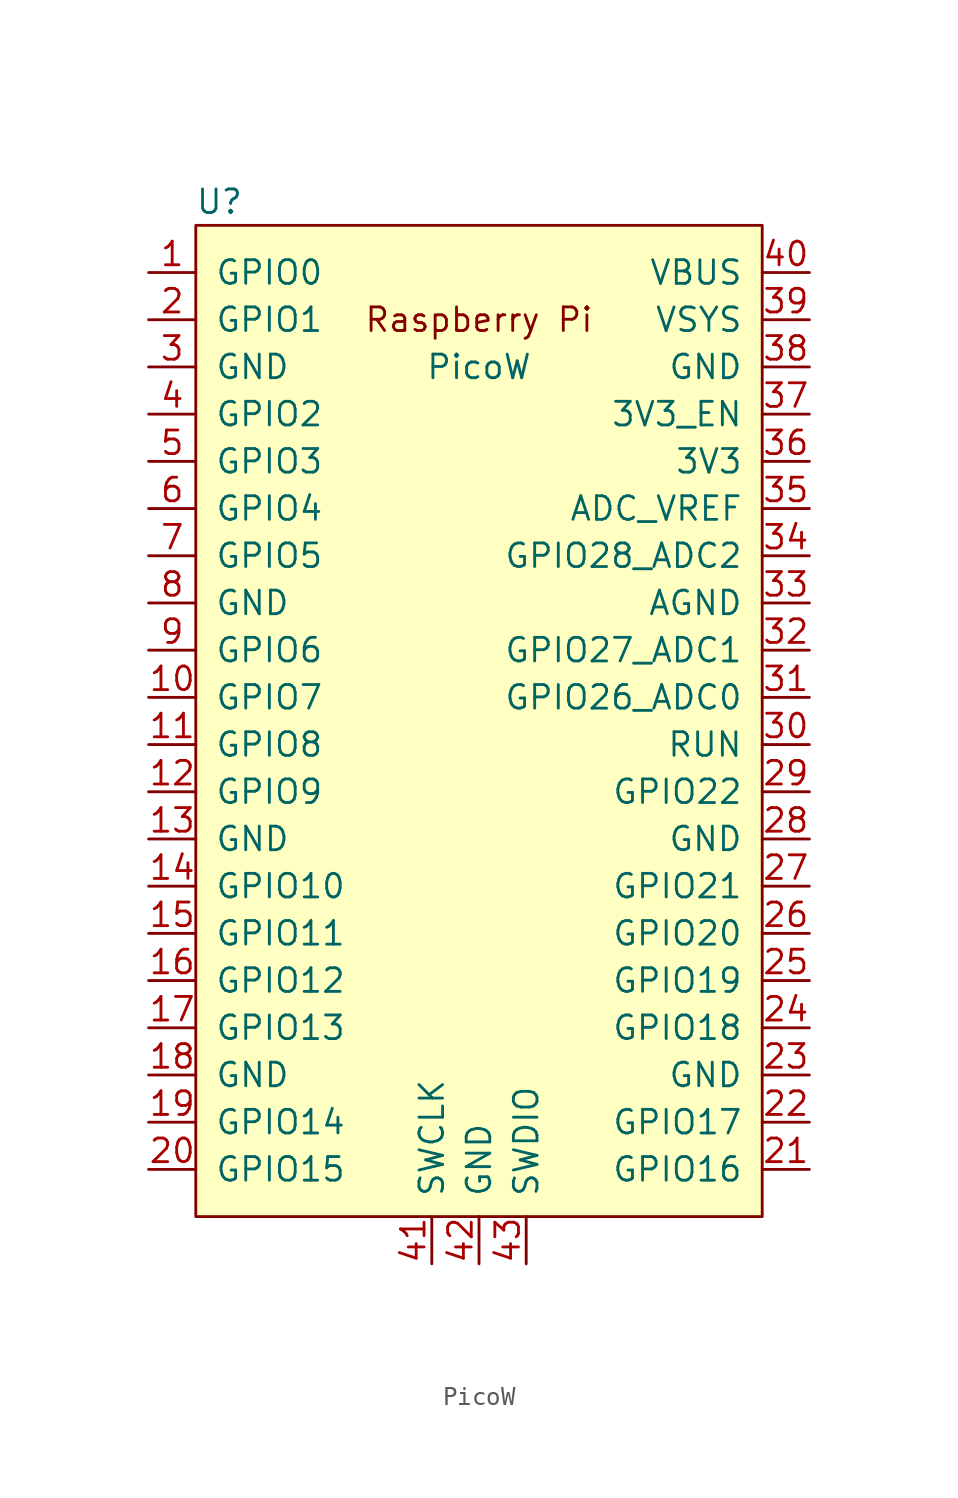
<source format=kicad_sym>
(kicad_symbol_lib
  (version 20211014)
  (generator kicad_symbol_editor)
  (symbol "PicoW"
    (pin_names
      (offset 1.016))
    (property "Reference" "U"
      (at -13.97 27.94 0)
      (effects (font (size 1.27 1.27))))
    (property "Value" "PicoW"
      (at 0 19.05 0)
      (effects (font (size 1.27 1.27))))
    (symbol "PicoW_0_0"
      (text "Raspberry Pi" (at 0 21.59 0) (effects (font (size 1.27 1.27)))))
    (symbol "PicoW_0_1"
      (rectangle (start -15.24 26.67) (end 15.24 -26.67) (stroke (width 0) (type default) (color 0 0 0 0)) (fill (type background))))
    (symbol "PicoW_1_1"
      (pin bidirectional line (at -17.78 24.13 0) (length 2.54) (name "GPIO0" (effects (font (size 1.27 1.27)))) (number "1" (effects (font (size 1.27 1.27)))))
      (pin bidirectional line (at -17.78 1.27 0) (length 2.54) (name "GPIO7" (effects (font (size 1.27 1.27)))) (number "10" (effects (font (size 1.27 1.27)))))
      (pin bidirectional line (at -17.78 -1.27 0) (length 2.54) (name "GPIO8" (effects (font (size 1.27 1.27)))) (number "11" (effects (font (size 1.27 1.27)))))
      (pin bidirectional line (at -17.78 -3.81 0) (length 2.54) (name "GPIO9" (effects (font (size 1.27 1.27)))) (number "12" (effects (font (size 1.27 1.27)))))
      (pin power_in line (at -17.78 -6.35 0) (length 2.54) (name "GND" (effects (font (size 1.27 1.27)))) (number "13" (effects (font (size 1.27 1.27)))))
      (pin bidirectional line (at -17.78 -8.89 0) (length 2.54) (name "GPIO10" (effects (font (size 1.27 1.27)))) (number "14" (effects (font (size 1.27 1.27)))))
      (pin bidirectional line (at -17.78 -11.43 0) (length 2.54) (name "GPIO11" (effects (font (size 1.27 1.27)))) (number "15" (effects (font (size 1.27 1.27)))))
      (pin bidirectional line (at -17.78 -13.97 0) (length 2.54) (name "GPIO12" (effects (font (size 1.27 1.27)))) (number "16" (effects (font (size 1.27 1.27)))))
      (pin bidirectional line (at -17.78 -16.51 0) (length 2.54) (name "GPIO13" (effects (font (size 1.27 1.27)))) (number "17" (effects (font (size 1.27 1.27)))))
      (pin power_in line (at -17.78 -19.05 0) (length 2.54) (name "GND" (effects (font (size 1.27 1.27)))) (number "18" (effects (font (size 1.27 1.27)))))
      (pin bidirectional line (at -17.78 -21.59 0) (length 2.54) (name "GPIO14" (effects (font (size 1.27 1.27)))) (number "19" (effects (font (size 1.27 1.27)))))
      (pin bidirectional line (at -17.78 21.59 0) (length 2.54) (name "GPIO1" (effects (font (size 1.27 1.27)))) (number "2" (effects (font (size 1.27 1.27)))))
      (pin bidirectional line (at -17.78 -24.13 0) (length 2.54) (name "GPIO15" (effects (font (size 1.27 1.27)))) (number "20" (effects (font (size 1.27 1.27)))))
      (pin bidirectional line (at 17.78 -24.13 180) (length 2.54) (name "GPIO16" (effects (font (size 1.27 1.27)))) (number "21" (effects (font (size 1.27 1.27)))))
      (pin bidirectional line (at 17.78 -21.59 180) (length 2.54) (name "GPIO17" (effects (font (size 1.27 1.27)))) (number "22" (effects (font (size 1.27 1.27)))))
      (pin power_in line (at 17.78 -19.05 180) (length 2.54) (name "GND" (effects (font (size 1.27 1.27)))) (number "23" (effects (font (size 1.27 1.27)))))
      (pin bidirectional line (at 17.78 -16.51 180) (length 2.54) (name "GPIO18" (effects (font (size 1.27 1.27)))) (number "24" (effects (font (size 1.27 1.27)))))
      (pin bidirectional line (at 17.78 -13.97 180) (length 2.54) (name "GPIO19" (effects (font (size 1.27 1.27)))) (number "25" (effects (font (size 1.27 1.27)))))
      (pin bidirectional line (at 17.78 -11.43 180) (length 2.54) (name "GPIO20" (effects (font (size 1.27 1.27)))) (number "26" (effects (font (size 1.27 1.27)))))
      (pin bidirectional line (at 17.78 -8.89 180) (length 2.54) (name "GPIO21" (effects (font (size 1.27 1.27)))) (number "27" (effects (font (size 1.27 1.27)))))
      (pin power_in line (at 17.78 -6.35 180) (length 2.54) (name "GND" (effects (font (size 1.27 1.27)))) (number "28" (effects (font (size 1.27 1.27)))))
      (pin bidirectional line (at 17.78 -3.81 180) (length 2.54) (name "GPIO22" (effects (font (size 1.27 1.27)))) (number "29" (effects (font (size 1.27 1.27)))))
      (pin power_in line (at -17.78 19.05 0) (length 2.54) (name "GND" (effects (font (size 1.27 1.27)))) (number "3" (effects (font (size 1.27 1.27)))))
      (pin input line (at 17.78 -1.27 180) (length 2.54) (name "RUN" (effects (font (size 1.27 1.27)))) (number "30" (effects (font (size 1.27 1.27)))))
      (pin bidirectional line (at 17.78 1.27 180) (length 2.54) (name "GPIO26_ADC0" (effects (font (size 1.27 1.27)))) (number "31" (effects (font (size 1.27 1.27)))))
      (pin bidirectional line (at 17.78 3.81 180) (length 2.54) (name "GPIO27_ADC1" (effects (font (size 1.27 1.27)))) (number "32" (effects (font (size 1.27 1.27)))))
      (pin power_in line (at 17.78 6.35 180) (length 2.54) (name "AGND" (effects (font (size 1.27 1.27)))) (number "33" (effects (font (size 1.27 1.27)))))
      (pin bidirectional line (at 17.78 8.89 180) (length 2.54) (name "GPIO28_ADC2" (effects (font (size 1.27 1.27)))) (number "34" (effects (font (size 1.27 1.27)))))
      (pin unspecified line (at 17.78 11.43 180) (length 2.54) (name "ADC_VREF" (effects (font (size 1.27 1.27)))) (number "35" (effects (font (size 1.27 1.27)))))
      (pin unspecified line (at 17.78 13.97 180) (length 2.54) (name "3V3" (effects (font (size 1.27 1.27)))) (number "36" (effects (font (size 1.27 1.27)))))
      (pin input line (at 17.78 16.51 180) (length 2.54) (name "3V3_EN" (effects (font (size 1.27 1.27)))) (number "37" (effects (font (size 1.27 1.27)))))
      (pin power_in line (at 17.78 19.05 180) (length 2.54) (name "GND" (effects (font (size 1.27 1.27)))) (number "38" (effects (font (size 1.27 1.27)))))
      (pin power_in line (at 17.78 21.59 180) (length 2.54) (name "VSYS" (effects (font (size 1.27 1.27)))) (number "39" (effects (font (size 1.27 1.27)))))
      (pin bidirectional line (at -17.78 16.51 0) (length 2.54) (name "GPIO2" (effects (font (size 1.27 1.27)))) (number "4" (effects (font (size 1.27 1.27)))))
      (pin unspecified line (at 17.78 24.13 180) (length 2.54) (name "VBUS" (effects (font (size 1.27 1.27)))) (number "40" (effects (font (size 1.27 1.27)))))
      (pin input line (at -2.54 -29.21 90) (length 2.54) (name "SWCLK" (effects (font (size 1.27 1.27)))) (number "41" (effects (font (size 1.27 1.27)))))
      (pin power_in line (at 0 -29.21 90) (length 2.54) (name "GND" (effects (font (size 1.27 1.27)))) (number "42" (effects (font (size 1.27 1.27)))))
      (pin bidirectional line (at 2.54 -29.21 90) (length 2.54) (name "SWDIO" (effects (font (size 1.27 1.27)))) (number "43" (effects (font (size 1.27 1.27)))))
      (pin bidirectional line (at -17.78 13.97 0) (length 2.54) (name "GPIO3" (effects (font (size 1.27 1.27)))) (number "5" (effects (font (size 1.27 1.27)))))
      (pin bidirectional line (at -17.78 11.43 0) (length 2.54) (name "GPIO4" (effects (font (size 1.27 1.27)))) (number "6" (effects (font (size 1.27 1.27)))))
      (pin bidirectional line (at -17.78 8.89 0) (length 2.54) (name "GPIO5" (effects (font (size 1.27 1.27)))) (number "7" (effects (font (size 1.27 1.27)))))
      (pin power_in line (at -17.78 6.35 0) (length 2.54) (name "GND" (effects (font (size 1.27 1.27)))) (number "8" (effects (font (size 1.27 1.27)))))
      (pin bidirectional line (at -17.78 3.81 0) (length 2.54) (name "GPIO6" (effects (font (size 1.27 1.27)))) (number "9" (effects (font (size 1.27 1.27))))))))
</source>
